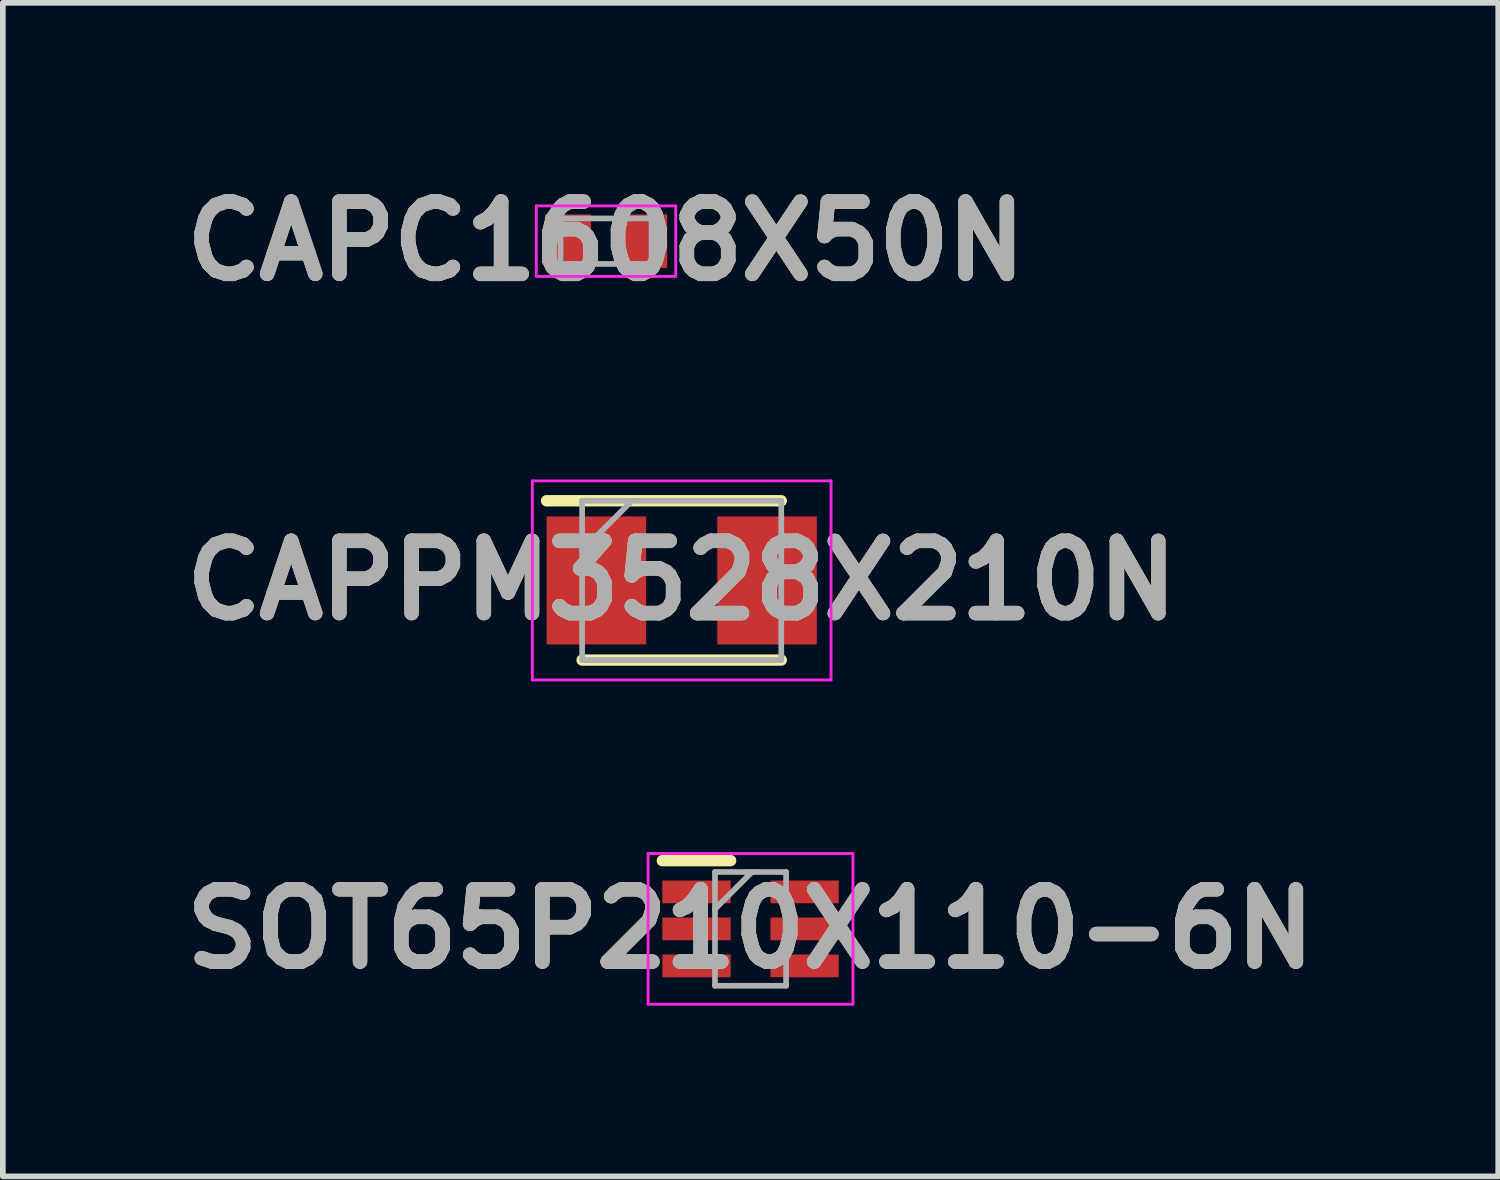
<source format=kicad_pcb>
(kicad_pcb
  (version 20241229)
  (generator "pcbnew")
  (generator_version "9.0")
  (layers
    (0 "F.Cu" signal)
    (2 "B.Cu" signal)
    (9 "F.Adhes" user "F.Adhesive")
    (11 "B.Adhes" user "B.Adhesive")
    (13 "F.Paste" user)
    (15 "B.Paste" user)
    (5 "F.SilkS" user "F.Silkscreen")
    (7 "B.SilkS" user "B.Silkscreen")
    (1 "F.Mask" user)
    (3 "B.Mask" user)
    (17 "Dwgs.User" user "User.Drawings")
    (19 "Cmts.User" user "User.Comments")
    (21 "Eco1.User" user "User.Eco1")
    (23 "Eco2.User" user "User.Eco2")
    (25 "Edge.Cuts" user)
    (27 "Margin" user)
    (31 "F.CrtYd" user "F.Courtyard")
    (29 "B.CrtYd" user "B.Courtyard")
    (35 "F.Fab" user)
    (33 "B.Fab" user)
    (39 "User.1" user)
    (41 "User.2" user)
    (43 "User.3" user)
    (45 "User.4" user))
  (footprint "CAPC1608X50N"
    (layer "F.Cu")
    (at 7.602 1.189)
    (property "Reference" "CAPC1608X50N" (at 0 0 0) (layer "F.SilkS") (effects (font (size 1.27 1.27) (thickness 0.254))))
    (attr smd)
    (fp_line (start -1.225 -0.62) (end 1.225 -0.62) (stroke (width 0.05) (type solid)) (layer "F.CrtYd"))
    (fp_line (start -1.225 0.62) (end -1.225 -0.62) (stroke (width 0.05) (type solid)) (layer "F.CrtYd"))
    (fp_line (start 1.225 -0.62) (end 1.225 0.62) (stroke (width 0.05) (type solid)) (layer "F.CrtYd"))
    (fp_line (start 1.225 0.62) (end -1.225 0.62) (stroke (width 0.05) (type solid)) (layer "F.CrtYd"))
    (fp_line (start -0.8 -0.4) (end 0.8 -0.4) (stroke (width 0.1) (type solid)) (layer "F.Fab"))
    (fp_line (start -0.8 0.4) (end -0.8 -0.4) (stroke (width 0.1) (type solid)) (layer "F.Fab"))
    (fp_line (start 0.8 -0.4) (end 0.8 0.4) (stroke (width 0.1) (type solid)) (layer "F.Fab"))
    (fp_line (start 0.8 0.4) (end -0.8 0.4) (stroke (width 0.1) (type solid)) (layer "F.Fab"))
    (fp_text user "${REFERENCE}" (at 0 0 0) (layer "F.Fab") (effects (font (size 1.27 1.27) (thickness 0.254))))
    (pad "1" smd rect (at -0.67 0) (size 0.81 0.94) (layers "F.Cu" "F.Mask" "F.Paste"))
    (pad "2" smd rect (at 0.67 0) (size 0.81 0.94) (layers "F.Cu" "F.Mask" "F.Paste")))
  (footprint "CAPPM3528X210N"
    (layer "F.Cu")
    (at 8.932 7.152)
    (property "Reference" "CAPPM3528X210N" (at 0 0 0) (layer "F.SilkS") (effects (font (size 1.27 1.27) (thickness 0.254))))
    (attr smd)
    (fp_line (start -1.75 1.4) (end 1.75 1.4) (stroke (width 0.2) (type solid)) (layer "F.SilkS"))
    (fp_line (start 1.75 -1.4) (end -2.375 -1.4) (stroke (width 0.2) (type solid)) (layer "F.SilkS"))
    (fp_line (start -2.625 -1.75) (end 2.625 -1.75) (stroke (width 0.05) (type solid)) (layer "F.CrtYd"))
    (fp_line (start -2.625 1.75) (end -2.625 -1.75) (stroke (width 0.05) (type solid)) (layer "F.CrtYd"))
    (fp_line (start 2.625 -1.75) (end 2.625 1.75) (stroke (width 0.05) (type solid)) (layer "F.CrtYd"))
    (fp_line (start 2.625 1.75) (end -2.625 1.75) (stroke (width 0.05) (type solid)) (layer "F.CrtYd"))
    (fp_line (start -1.75 -1.4) (end 1.75 -1.4) (stroke (width 0.1) (type solid)) (layer "F.Fab"))
    (fp_line (start -1.75 -0.525) (end -0.875 -1.4) (stroke (width 0.1) (type solid)) (layer "F.Fab"))
    (fp_line (start -1.75 1.4) (end -1.75 -1.4) (stroke (width 0.1) (type solid)) (layer "F.Fab"))
    (fp_line (start 1.75 -1.4) (end 1.75 1.4) (stroke (width 0.1) (type solid)) (layer "F.Fab"))
    (fp_line (start 1.75 1.4) (end -1.75 1.4) (stroke (width 0.1) (type solid)) (layer "F.Fab"))
    (fp_text user "${REFERENCE}" (at 0 0 0) (layer "F.Fab") (effects (font (size 1.27 1.27) (thickness 0.254))))
    (pad "1" smd rect (at -1.5 0) (size 1.75 2.25) (layers "F.Cu" "F.Mask" "F.Paste"))
    (pad "2" smd rect (at 1.5 0) (size 1.75 2.25) (layers "F.Cu" "F.Mask" "F.Paste")))
  (footprint "SOT65P210X110-6N"
    (layer "F.Cu")
    (at 10.142 13.277)
    (property "Reference" "SOT65P210X110-6N" (at 0 0 0) (layer "F.SilkS") (effects (font (size 1.27 1.27) (thickness 0.254))))
    (attr smd)
    (fp_line (start -1.55 -1.2) (end -0.35 -1.2) (stroke (width 0.2) (type solid)) (layer "F.SilkS"))
    (fp_line (start -1.8 -1.325) (end 1.8 -1.325) (stroke (width 0.05) (type solid)) (layer "F.CrtYd"))
    (fp_line (start -1.8 1.325) (end -1.8 -1.325) (stroke (width 0.05) (type solid)) (layer "F.CrtYd"))
    (fp_line (start 1.8 -1.325) (end 1.8 1.325) (stroke (width 0.05) (type solid)) (layer "F.CrtYd"))
    (fp_line (start 1.8 1.325) (end -1.8 1.325) (stroke (width 0.05) (type solid)) (layer "F.CrtYd"))
    (fp_line (start -0.625 -1) (end 0.625 -1) (stroke (width 0.1) (type solid)) (layer "F.Fab"))
    (fp_line (start -0.625 -0.35) (end 0.025 -1) (stroke (width 0.1) (type solid)) (layer "F.Fab"))
    (fp_line (start -0.625 1) (end -0.625 -1) (stroke (width 0.1) (type solid)) (layer "F.Fab"))
    (fp_line (start 0.625 -1) (end 0.625 1) (stroke (width 0.1) (type solid)) (layer "F.Fab"))
    (fp_line (start 0.625 1) (end -0.625 1) (stroke (width 0.1) (type solid)) (layer "F.Fab"))
    (fp_text user "${REFERENCE}" (at 0 0 0) (layer "F.Fab") (effects (font (size 1.27 1.27) (thickness 0.254))))
    (pad "1" smd rect (at -0.95 -0.65 90) (size 0.4 1.2) (layers "F.Cu" "F.Mask" "F.Paste"))
    (pad "2" smd rect (at -0.95 0 90) (size 0.4 1.2) (layers "F.Cu" "F.Mask" "F.Paste"))
    (pad "3" smd rect (at -0.95 0.65 90) (size 0.4 1.2) (layers "F.Cu" "F.Mask" "F.Paste"))
    (pad "4" smd rect (at 0.95 0.65 90) (size 0.4 1.2) (layers "F.Cu" "F.Mask" "F.Paste"))
    (pad "5" smd rect (at 0.95 0 90) (size 0.4 1.2) (layers "F.Cu" "F.Mask" "F.Paste"))
    (pad "6" smd rect (at 0.95 -0.65 90) (size 0.4 1.2) (layers "F.Cu" "F.Mask" "F.Paste")))
  (gr_rect
    (start -3 -3)
    (end 23.284 17.627)
    (stroke (width 0.1) (type default))
    (fill no)
    (layer "Edge.Cuts")))
</source>
